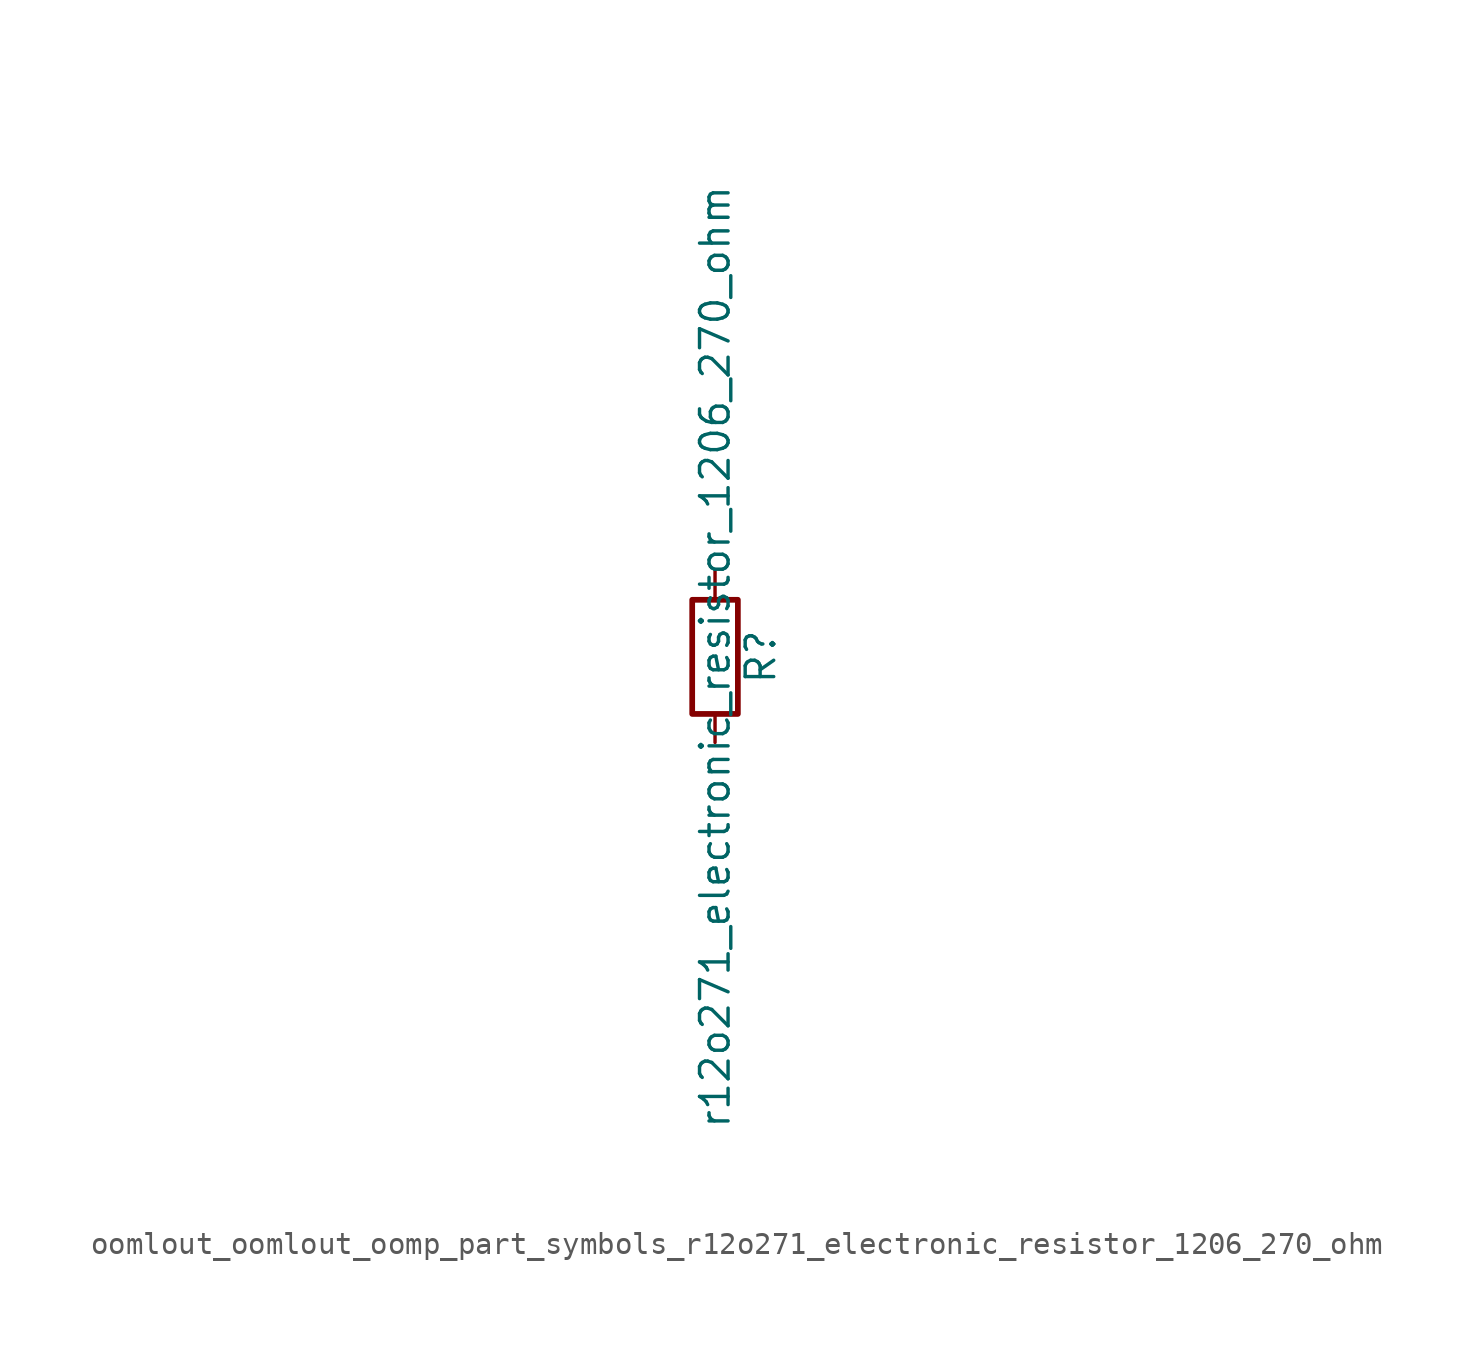
<source format=kicad_sym>
(kicad_symbol_lib
  (version 20220914)
  (generator kicad_symbol_editor)
  (symbol "oomlout_oomlout_oomp_part_symbols_r12o271_electronic_resistor_1206_270_ohm"
    (pin_numbers hide)
    (pin_names
      (offset 0))
    (property "Reference" "R"
      (at 2.032 0 90)
      (effects (font (size 1.27 1.27))))
    (property "Value" "r12o271_electronic_resistor_1206_270_ohm"
      (at 0 0 90)
      (effects (font (size 1.27 1.27))))
    (symbol "oomlout_oomlout_oomp_part_symbols_r12o271_electronic_resistor_1206_270_ohm_0_1"
      (rectangle (start -1.016 -2.54) (end 1.016 2.54) (stroke (width 0.254) (type default)) (fill (type none))))
    (symbol "oomlout_oomlout_oomp_part_symbols_r12o271_electronic_resistor_1206_270_ohm_1_1"
      (pin passive line (at 0 3.81 270) (length 1.27) (name "~" (effects (font (size 1.27 1.27)))) (number "1" (effects (font (size 1.27 1.27)))))
      (pin passive line (at 0 -3.81 90) (length 1.27) (name "~" (effects (font (size 1.27 1.27)))) (number "2" (effects (font (size 1.27 1.27))))))))
</source>
